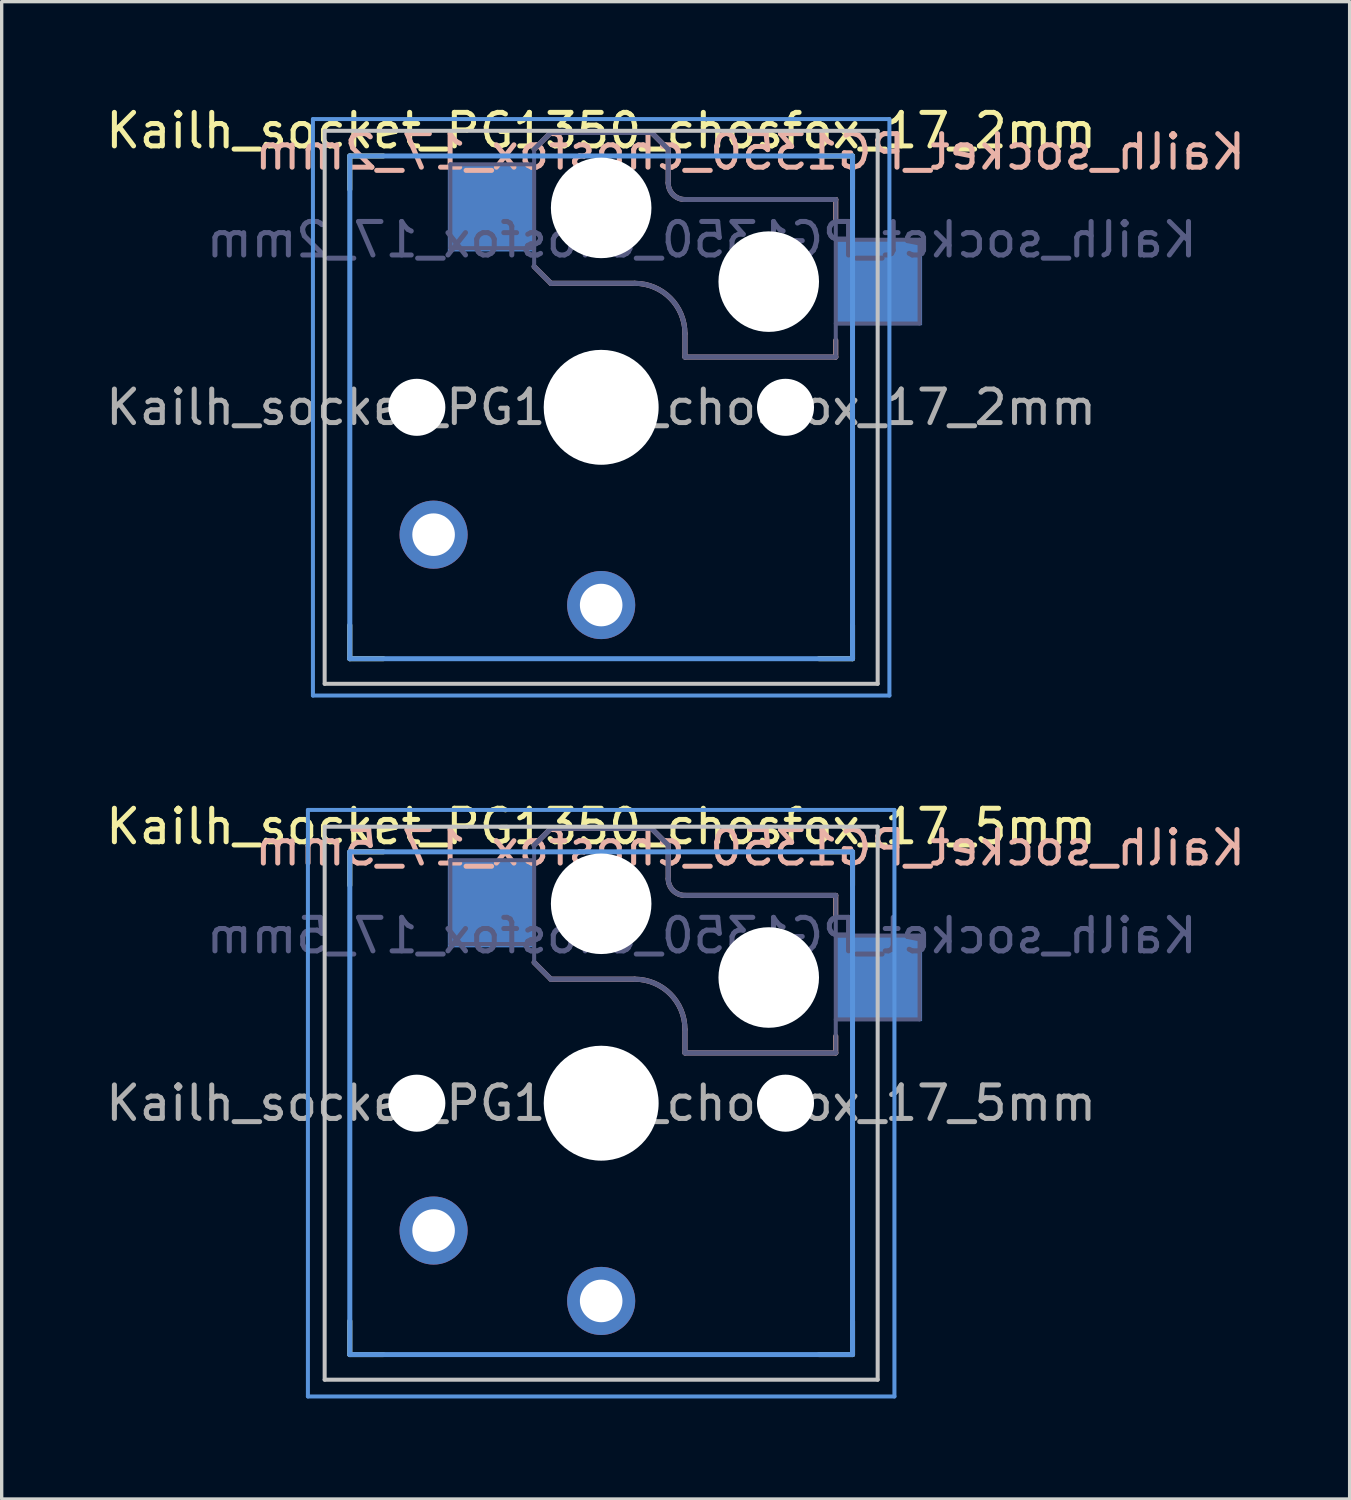
<source format=kicad_pcb>
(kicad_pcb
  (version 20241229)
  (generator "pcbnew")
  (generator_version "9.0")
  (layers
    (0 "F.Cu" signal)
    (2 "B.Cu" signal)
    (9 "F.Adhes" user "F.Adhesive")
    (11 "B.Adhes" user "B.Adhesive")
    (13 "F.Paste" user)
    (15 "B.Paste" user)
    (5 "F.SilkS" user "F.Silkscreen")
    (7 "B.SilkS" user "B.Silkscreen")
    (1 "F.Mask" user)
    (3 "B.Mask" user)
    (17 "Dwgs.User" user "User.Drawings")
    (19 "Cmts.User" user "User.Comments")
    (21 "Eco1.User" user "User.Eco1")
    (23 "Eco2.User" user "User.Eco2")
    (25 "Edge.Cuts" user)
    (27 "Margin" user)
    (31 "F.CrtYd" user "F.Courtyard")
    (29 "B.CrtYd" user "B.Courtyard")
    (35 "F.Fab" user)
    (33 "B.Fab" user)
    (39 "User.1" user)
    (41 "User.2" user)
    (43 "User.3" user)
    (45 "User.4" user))
  (footprint "Kailh_socket_PG1350_chosfox_17_5mm"
    (layer "F.Cu")
    (at 14.887 29.866)
    (property "Reference" "Kailh_socket_PG1350_chosfox_17_5mm" (at -0.000001 -8.255 180) (layer "F.SilkS") (effects (font (size 1 1) (thickness 0.15))))
    (attr through_hole)
    (fp_line (start -7.5 -6.5) (end -7.5 -7.5) (stroke (width 0.15) (type solid)) (layer "F.SilkS"))
    (fp_line (start -7.5 7.5) (end -7.5 6.5) (stroke (width 0.15) (type solid)) (layer "F.SilkS"))
    (fp_line (start -7.5 7.5) (end -6.5 7.5) (stroke (width 0.15) (type solid)) (layer "F.SilkS"))
    (fp_line (start -6.5 -7.5) (end -7.5 -7.5) (stroke (width 0.15) (type solid)) (layer "F.SilkS"))
    (fp_line (start 6.5 7.5) (end 7.5 7.5) (stroke (width 0.15) (type solid)) (layer "F.SilkS"))
    (fp_line (start 7.5 -7.5) (end 6.5 -7.5) (stroke (width 0.15) (type solid)) (layer "F.SilkS"))
    (fp_line (start 7.5 -7.5) (end 7.5 -6.5) (stroke (width 0.15) (type solid)) (layer "F.SilkS"))
    (fp_line (start 7.5 6.5) (end 7.5 7.5) (stroke (width 0.15) (type solid)) (layer "F.SilkS"))
    (fp_line (start -2 -7.7) (end -1.5 -8.2) (stroke (width 0.15) (type solid)) (layer "B.SilkS"))
    (fp_line (start -2 -4.2) (end -1.5 -3.7) (stroke (width 0.15) (type solid)) (layer "B.SilkS"))
    (fp_line (start -1.5 -8.2) (end 1.5 -8.2) (stroke (width 0.15) (type solid)) (layer "B.SilkS"))
    (fp_line (start -1.5 -3.7) (end 1 -3.7) (stroke (width 0.15) (type solid)) (layer "B.SilkS"))
    (fp_line (start 1.5 -8.2) (end 2 -7.7) (stroke (width 0.15) (type solid)) (layer "B.SilkS"))
    (fp_line (start 2 -6.7) (end 2 -7.7) (stroke (width 0.15) (type solid)) (layer "B.SilkS"))
    (fp_line (start 2.5 -2.2) (end 2.5 -1.5) (stroke (width 0.15) (type solid)) (layer "B.SilkS"))
    (fp_line (start 2.5 -1.5) (end 7 -1.5) (stroke (width 0.15) (type solid)) (layer "B.SilkS"))
    (fp_line (start 7 -5.6) (end 7 -6.2) (stroke (width 0.15) (type solid)) (layer "B.SilkS"))
    (fp_line (start 7 -6.2) (end 2.5 -6.2) (stroke (width 0.15) (type solid)) (layer "B.SilkS"))
    (fp_line (start 7 -1.5) (end 7 -2) (stroke (width 0.15) (type solid)) (layer "B.SilkS"))
    (fp_arc (start 1 -3.7) (mid 2.060659 -3.26066) (end 2.499999 -2.200001) (stroke (width 0.15) (type solid)) (layer "B.SilkS"))
    (fp_arc (start 2.5 -6.2) (mid 2.146447 -6.346448) (end 2 -6.700001) (stroke (width 0.15) (type solid)) (layer "B.SilkS"))
    (fp_line (start -8.25 8.25) (end -8.25 -8.25) (stroke (width 0.12) (type solid)) (layer "Dwgs.User"))
    (fp_line (start -8.25 8.25) (end 8.25 8.25) (stroke (width 0.12) (type solid)) (layer "Dwgs.User"))
    (fp_line (start -8.25 -8.25) (end 8.25 -8.25) (stroke (width 0.12) (type solid)) (layer "Dwgs.User"))
    (fp_line (start 8.25 8.25) (end 8.25 -8.25) (stroke (width 0.12) (type solid)) (layer "Dwgs.User"))
    (fp_line (start -8.75 8.75) (end -8.75 -8.75) (stroke (width 0.12) (type solid)) (layer "Cmts.User"))
    (fp_line (start -7.5 -7.5) (end 7.5 -7.5) (stroke (width 0.15) (type solid)) (layer "Cmts.User"))
    (fp_line (start -7.5 7.5) (end -7.5 -7.5) (stroke (width 0.15) (type solid)) (layer "Cmts.User"))
    (fp_line (start 7.5 -7.5) (end 7.5 7.5) (stroke (width 0.15) (type solid)) (layer "Cmts.User"))
    (fp_line (start 7.5 7.5) (end -7.5 7.5) (stroke (width 0.15) (type solid)) (layer "Cmts.User"))
    (fp_line (start 8.75 -8.75) (end -8.75 -8.75) (stroke (width 0.12) (type solid)) (layer "Cmts.User"))
    (fp_line (start 8.75 8.75) (end -8.75 8.75) (stroke (width 0.12) (type solid)) (layer "Cmts.User"))
    (fp_line (start 8.75 8.75) (end 8.75 -8.75) (stroke (width 0.12) (type solid)) (layer "Cmts.User"))
    (fp_line (start -4.5 -7.25) (end -2 -7.25) (stroke (width 0.12) (type solid)) (layer "B.Fab"))
    (fp_line (start -4.5 -4.75) (end -4.5 -7.25) (stroke (width 0.12) (type solid)) (layer "B.Fab"))
    (fp_line (start -2 -7.7) (end -1.5 -8.2) (stroke (width 0.15) (type solid)) (layer "B.Fab"))
    (fp_line (start -2 -4.75) (end -4.5 -4.75) (stroke (width 0.12) (type solid)) (layer "B.Fab"))
    (fp_line (start -2 -4.25) (end -2 -7.7) (stroke (width 0.12) (type solid)) (layer "B.Fab"))
    (fp_line (start -2 -4.2) (end -1.5 -3.7) (stroke (width 0.15) (type solid)) (layer "B.Fab"))
    (fp_line (start -1.5 -8.2) (end 1.5 -8.2) (stroke (width 0.15) (type solid)) (layer "B.Fab"))
    (fp_line (start -1.5 -3.7) (end 1 -3.7) (stroke (width 0.15) (type solid)) (layer "B.Fab"))
    (fp_line (start 1.5 -8.2) (end 2 -7.7) (stroke (width 0.15) (type solid)) (layer "B.Fab"))
    (fp_line (start 2 -6.7) (end 2 -7.7) (stroke (width 0.15) (type solid)) (layer "B.Fab"))
    (fp_line (start 2.5 -2.2) (end 2.5 -1.5) (stroke (width 0.15) (type solid)) (layer "B.Fab"))
    (fp_line (start 2.5 -1.5) (end 7 -1.5) (stroke (width 0.15) (type solid)) (layer "B.Fab"))
    (fp_line (start 7 -5) (end 9.5 -5) (stroke (width 0.12) (type solid)) (layer "B.Fab"))
    (fp_line (start 7 -6.2) (end 2.5 -6.2) (stroke (width 0.15) (type solid)) (layer "B.Fab"))
    (fp_line (start 7 -1.5) (end 7 -6.2) (stroke (width 0.12) (type solid)) (layer "B.Fab"))
    (fp_line (start 9.5 -5) (end 9.5 -2.5) (stroke (width 0.12) (type solid)) (layer "B.Fab"))
    (fp_line (start 9.5 -2.5) (end 7 -2.5) (stroke (width 0.12) (type solid)) (layer "B.Fab"))
    (fp_arc (start 1 -3.7) (mid 2.060659 -3.26066) (end 2.499999 -2.200001) (stroke (width 0.15) (type solid)) (layer "B.Fab"))
    (fp_arc (start 2.5 -6.2) (mid 2.146447 -6.346448) (end 2 -6.700001) (stroke (width 0.15) (type solid)) (layer "B.Fab"))
    (fp_text user "${REFERENCE}" (at 4.445 -7.62 180) (layer "B.SilkS") (effects (font (size 1 1) (thickness 0.15)) (justify mirror)))
    (fp_text user "${REFERENCE}" (at 3 -5 180) (layer "B.Fab") (effects (font (size 1 1) (thickness 0.15)) (justify mirror)))
    (fp_text user "${REFERENCE}" (at 0 0 180) (layer "F.Fab") (effects (font (size 1 1) (thickness 0.15))))
    (pad "" np_thru_hole circle (at -5.5 0.000001) (size 1.702 1.702) (drill 1.702) (layers "*.Cu" "*.Mask"))
    (pad "" np_thru_hole circle (at -0.000001 -5.95) (size 3 3) (drill 3) (layers "*.Cu" "*.Mask"))
    (pad "" np_thru_hole circle (at 0 0) (size 3.429 3.429) (drill 3.429) (layers "*.Cu" "*.Mask"))
    (pad "" np_thru_hole circle (at 5 -3.75) (size 3 3) (drill 3) (layers "*.Cu" "*.Mask"))
    (pad "" np_thru_hole circle (at 5.5 -0.000001) (size 1.702 1.702) (drill 1.702) (layers "*.Cu" "*.Mask"))
    (pad "1" smd rect (at -3.275 -5.95) (size 2.6 2.6) (layers "B.Cu" "B.Mask" "B.Paste"))
    (pad "1" thru_hole circle (at 0.000001 5.9) (size 2.032 2.032) (drill 1.27) (layers "*.Cu" "*.Mask"))
    (pad "2" thru_hole circle (at -5 3.8) (size 2.032 2.032) (drill 1.27) (layers "*.Cu" "*.Mask"))
    (pad "2" smd rect (at 8.275 -3.75) (size 2.6 2.6) (layers "B.Cu" "B.Mask" "B.Paste")))
  (footprint "Kailh_socket_PG1350_chosfox_17_2mm"
    (layer "F.Cu")
    (at 14.887 9.103)
    (property "Reference" "Kailh_socket_PG1350_chosfox_17_2mm" (at -0.000001 -8.255 180) (layer "F.SilkS") (effects (font (size 1 1) (thickness 0.15))))
    (attr through_hole)
    (fp_line (start -7.5 -6.5) (end -7.5 -7.5) (stroke (width 0.15) (type solid)) (layer "F.SilkS"))
    (fp_line (start -7.5 7.5) (end -7.5 6.5) (stroke (width 0.15) (type solid)) (layer "F.SilkS"))
    (fp_line (start -7.5 7.5) (end -6.5 7.5) (stroke (width 0.15) (type solid)) (layer "F.SilkS"))
    (fp_line (start -6.5 -7.5) (end -7.5 -7.5) (stroke (width 0.15) (type solid)) (layer "F.SilkS"))
    (fp_line (start 6.5 7.5) (end 7.5 7.5) (stroke (width 0.15) (type solid)) (layer "F.SilkS"))
    (fp_line (start 7.5 -7.5) (end 6.5 -7.5) (stroke (width 0.15) (type solid)) (layer "F.SilkS"))
    (fp_line (start 7.5 -7.5) (end 7.5 -6.5) (stroke (width 0.15) (type solid)) (layer "F.SilkS"))
    (fp_line (start 7.5 6.5) (end 7.5 7.5) (stroke (width 0.15) (type solid)) (layer "F.SilkS"))
    (fp_line (start -2 -7.7) (end -1.5 -8.2) (stroke (width 0.15) (type solid)) (layer "B.SilkS"))
    (fp_line (start -2 -4.2) (end -1.5 -3.7) (stroke (width 0.15) (type solid)) (layer "B.SilkS"))
    (fp_line (start -1.5 -8.2) (end 1.5 -8.2) (stroke (width 0.15) (type solid)) (layer "B.SilkS"))
    (fp_line (start -1.5 -3.7) (end 1 -3.7) (stroke (width 0.15) (type solid)) (layer "B.SilkS"))
    (fp_line (start 1.5 -8.2) (end 2 -7.7) (stroke (width 0.15) (type solid)) (layer "B.SilkS"))
    (fp_line (start 2 -6.7) (end 2 -7.7) (stroke (width 0.15) (type solid)) (layer "B.SilkS"))
    (fp_line (start 2.5 -2.2) (end 2.5 -1.5) (stroke (width 0.15) (type solid)) (layer "B.SilkS"))
    (fp_line (start 2.5 -1.5) (end 7 -1.5) (stroke (width 0.15) (type solid)) (layer "B.SilkS"))
    (fp_line (start 7 -6.2) (end 2.5 -6.2) (stroke (width 0.15) (type solid)) (layer "B.SilkS"))
    (fp_line (start 7 -5.6) (end 7 -6.2) (stroke (width 0.15) (type solid)) (layer "B.SilkS"))
    (fp_line (start 7 -1.5) (end 7 -2) (stroke (width 0.15) (type solid)) (layer "B.SilkS"))
    (fp_arc (start 1 -3.7) (mid 2.06066 -3.260661) (end 2.5 -2.2) (stroke (width 0.15) (type solid)) (layer "B.SilkS"))
    (fp_arc (start 2.5 -6.2) (mid 2.146446 -6.346447) (end 2 -6.7) (stroke (width 0.15) (type solid)) (layer "B.SilkS"))
    (fp_line (start -8.25 8.25) (end -8.25 -8.25) (stroke (width 0.12) (type solid)) (layer "Dwgs.User"))
    (fp_line (start -8.25 8.25) (end 8.25 8.25) (stroke (width 0.12) (type solid)) (layer "Dwgs.User"))
    (fp_line (start -8.25 -8.25) (end 8.25 -8.25) (stroke (width 0.12) (type solid)) (layer "Dwgs.User"))
    (fp_line (start 8.25 8.25) (end 8.25 -8.25) (stroke (width 0.12) (type solid)) (layer "Dwgs.User"))
    (fp_line (start -8.6 8.6) (end -8.6 -8.6) (stroke (width 0.12) (type solid)) (layer "Cmts.User"))
    (fp_line (start -7.5 -7.5) (end 7.5 -7.5) (stroke (width 0.15) (type solid)) (layer "Cmts.User"))
    (fp_line (start -7.5 7.5) (end -7.5 -7.5) (stroke (width 0.15) (type solid)) (layer "Cmts.User"))
    (fp_line (start 7.5 -7.5) (end 7.5 7.5) (stroke (width 0.15) (type solid)) (layer "Cmts.User"))
    (fp_line (start 7.5 7.5) (end -7.5 7.5) (stroke (width 0.15) (type solid)) (layer "Cmts.User"))
    (fp_line (start 8.6 -8.6) (end -8.6 -8.6) (stroke (width 0.12) (type solid)) (layer "Cmts.User"))
    (fp_line (start 8.6 8.6) (end -8.6 8.6) (stroke (width 0.12) (type solid)) (layer "Cmts.User"))
    (fp_line (start 8.6 8.6) (end 8.6 -8.6) (stroke (width 0.12) (type solid)) (layer "Cmts.User"))
    (fp_line (start -4.5 -7.25) (end -2 -7.25) (stroke (width 0.12) (type solid)) (layer "B.Fab"))
    (fp_line (start -4.5 -4.75) (end -4.5 -7.25) (stroke (width 0.12) (type solid)) (layer "B.Fab"))
    (fp_line (start -2 -7.7) (end -1.5 -8.2) (stroke (width 0.15) (type solid)) (layer "B.Fab"))
    (fp_line (start -2 -4.75) (end -4.5 -4.75) (stroke (width 0.12) (type solid)) (layer "B.Fab"))
    (fp_line (start -2 -4.25) (end -2 -7.7) (stroke (width 0.12) (type solid)) (layer "B.Fab"))
    (fp_line (start -2 -4.2) (end -1.5 -3.7) (stroke (width 0.15) (type solid)) (layer "B.Fab"))
    (fp_line (start -1.5 -8.2) (end 1.5 -8.2) (stroke (width 0.15) (type solid)) (layer "B.Fab"))
    (fp_line (start -1.5 -3.7) (end 1 -3.7) (stroke (width 0.15) (type solid)) (layer "B.Fab"))
    (fp_line (start 1.5 -8.2) (end 2 -7.7) (stroke (width 0.15) (type solid)) (layer "B.Fab"))
    (fp_line (start 2 -6.7) (end 2 -7.7) (stroke (width 0.15) (type solid)) (layer "B.Fab"))
    (fp_line (start 2.5 -2.2) (end 2.5 -1.5) (stroke (width 0.15) (type solid)) (layer "B.Fab"))
    (fp_line (start 2.5 -1.5) (end 7 -1.5) (stroke (width 0.15) (type solid)) (layer "B.Fab"))
    (fp_line (start 7 -6.2) (end 2.5 -6.2) (stroke (width 0.15) (type solid)) (layer "B.Fab"))
    (fp_line (start 7 -5) (end 9.5 -5) (stroke (width 0.12) (type solid)) (layer "B.Fab"))
    (fp_line (start 7 -1.5) (end 7 -6.2) (stroke (width 0.12) (type solid)) (layer "B.Fab"))
    (fp_line (start 9.5 -5) (end 9.5 -2.5) (stroke (width 0.12) (type solid)) (layer "B.Fab"))
    (fp_line (start 9.5 -2.5) (end 7 -2.5) (stroke (width 0.12) (type solid)) (layer "B.Fab"))
    (fp_arc (start 1 -3.7) (mid 2.06066 -3.260661) (end 2.5 -2.2) (stroke (width 0.15) (type solid)) (layer "B.Fab"))
    (fp_arc (start 2.5 -6.2) (mid 2.146446 -6.346447) (end 2 -6.7) (stroke (width 0.15) (type solid)) (layer "B.Fab"))
    (fp_text user "${REFERENCE}" (at 4.445 -7.62 180) (layer "B.SilkS") (effects (font (size 1 1) (thickness 0.15)) (justify mirror)))
    (fp_text user "${REFERENCE}" (at 3 -5 0) (layer "B.Fab") (effects (font (size 1 1) (thickness 0.15)) (justify mirror)))
    (fp_text user "${REFERENCE}" (at 0 0 180) (layer "F.Fab") (effects (font (size 1 1) (thickness 0.15))))
    (pad "" np_thru_hole circle (at -5.5 0) (size 1.702 1.702) (drill 1.702) (layers "*.Cu" "*.Mask"))
    (pad "" np_thru_hole circle (at 0 -5.95) (size 3 3) (drill 3) (layers "*.Cu" "*.Mask"))
    (pad "" np_thru_hole circle (at 0 0) (size 3.429 3.429) (drill 3.429) (layers "*.Cu" "*.Mask"))
    (pad "" np_thru_hole circle (at 5 -3.75) (size 3 3) (drill 3) (layers "*.Cu" "*.Mask"))
    (pad "" np_thru_hole circle (at 5.5 0) (size 1.702 1.702) (drill 1.702) (layers "*.Cu" "*.Mask"))
    (pad "1" smd rect (at -3.275 -5.95) (size 2.6 2.6) (layers "B.Cu" "B.Mask" "B.Paste"))
    (pad "1" thru_hole circle (at 0 5.9) (size 2.032 2.032) (drill 1.27) (layers "*.Cu" "*.Mask"))
    (pad "2" thru_hole circle (at -5 3.8) (size 2.032 2.032) (drill 1.27) (layers "*.Cu" "*.Mask"))
    (pad "2" smd rect (at 8.275 -3.75) (size 2.6 2.6) (layers "B.Cu" "B.Mask" "B.Paste")))
  (gr_rect
    (start -3 -3)
    (end 37.219 41.676)
    (stroke (width 0.1) (type default))
    (fill no)
    (layer "Edge.Cuts")))
</source>
